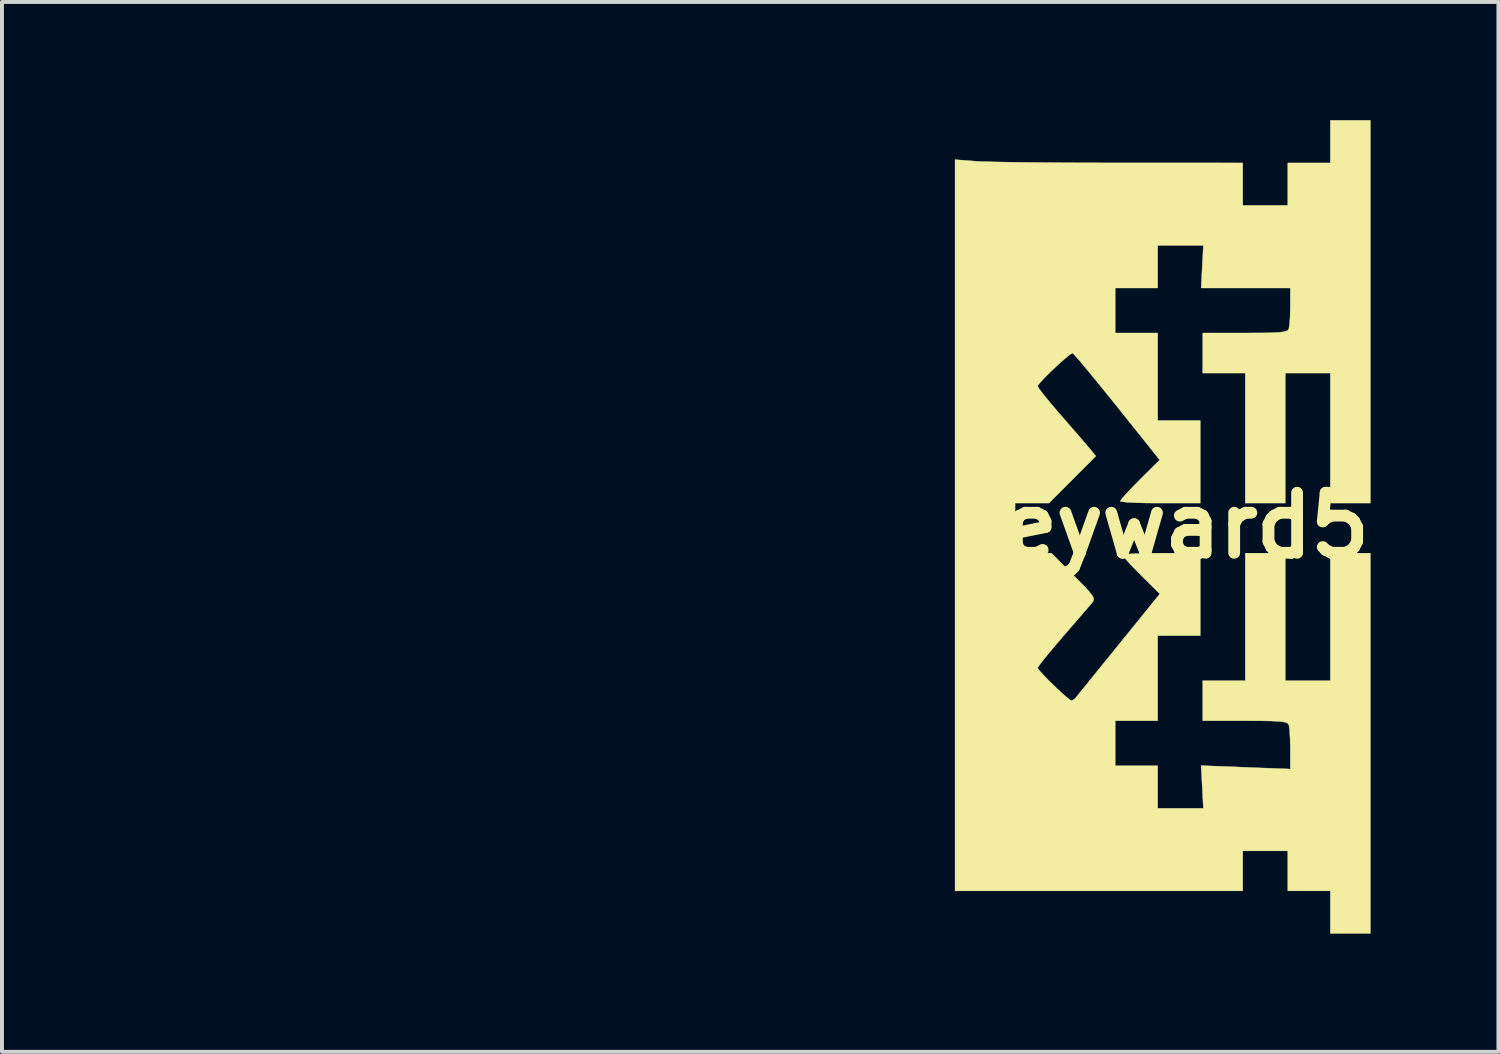
<source format=kicad_pcb>
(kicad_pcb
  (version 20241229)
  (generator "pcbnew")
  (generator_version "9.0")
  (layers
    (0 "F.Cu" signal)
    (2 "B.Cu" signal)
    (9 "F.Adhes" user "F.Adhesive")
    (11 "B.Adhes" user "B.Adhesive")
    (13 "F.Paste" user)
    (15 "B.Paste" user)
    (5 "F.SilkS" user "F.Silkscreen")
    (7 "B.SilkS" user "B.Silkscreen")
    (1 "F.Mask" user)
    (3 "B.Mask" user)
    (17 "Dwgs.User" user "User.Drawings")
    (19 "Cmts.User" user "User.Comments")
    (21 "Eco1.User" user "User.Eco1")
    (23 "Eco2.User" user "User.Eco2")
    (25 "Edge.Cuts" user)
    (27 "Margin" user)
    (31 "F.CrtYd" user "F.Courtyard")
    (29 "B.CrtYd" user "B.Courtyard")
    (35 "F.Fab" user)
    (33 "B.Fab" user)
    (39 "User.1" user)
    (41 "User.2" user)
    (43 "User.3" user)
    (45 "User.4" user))
  (footprint "keyward5"
    (layer "F.Cu")
    (at 26.463 10.292)
    (property "Reference" "keyward5" (at 0 0 0) (layer "F.SilkS") (effects (font (size 1.524 1.524) (thickness 0.3))))
    (attr through_hole)
    (fp_poly (pts (xy 5.271 -0.572) (xy 4.255 -0.572) (xy 4.255 -3.873) (xy 3.111 -3.873) (xy 3.111 -0.572) (xy 2.095 -0.572) (xy 2.095 -3.873) (xy 1.016 -3.873) (xy 1.016 -4.889) (xy 2.089 -4.89) (xy 2.488 -4.891) (xy 2.778 -4.896) (xy 2.977 -4.907) (xy 3.102 -4.926) (xy 3.17 -4.953) (xy 3.2 -4.99) (xy 3.219 -5.1) (xy 3.233 -5.297) (xy 3.238 -5.539) (xy 3.239 -5.561) (xy 3.239 -6.032) (xy 0.975 -6.032) (xy 1.032 -7.112) (xy -0.127 -7.112) (xy -0.127 -6.032) (xy -1.206 -6.032) (xy -1.206 -4.889) (xy -0.127 -4.889) (xy -0.127 -2.667) (xy 0.953 -2.667) (xy 0.953 -0.572) (xy -0.064 -0.572) (xy -0.407 -0.574) (xy -0.7 -0.582) (xy -0.923 -0.595) (xy -1.054 -0.61) (xy -1.079 -0.621) (xy -1.037 -0.683) (xy -0.922 -0.813) (xy -0.752 -0.992) (xy -0.578 -1.169) (xy -0.076 -1.668) (xy -1.161 -3.025) (xy -1.448 -3.38) (xy -1.708 -3.701) (xy -1.934 -3.975) (xy -2.112 -4.188) (xy -2.234 -4.327) (xy -2.288 -4.381) (xy -2.289 -4.382) (xy -2.359 -4.34) (xy -2.491 -4.232) (xy -2.659 -4.082) (xy -2.837 -3.914) (xy -2.999 -3.752) (xy -3.12 -3.622) (xy -3.174 -3.547) (xy -3.175 -3.543) (xy -3.135 -3.473) (xy -3.026 -3.328) (xy -2.864 -3.129) (xy -2.664 -2.894) (xy -2.619 -2.842) (xy -2.393 -2.583) (xy -2.18 -2.337) (xy -2.003 -2.132) (xy -1.886 -1.994) (xy -1.88 -1.987) (xy -1.696 -1.767) (xy -2.291 -1.169) (xy -2.887 -0.572) (xy -3.747 -0.572) (xy -3.747 0.699) (xy -2.823 0.699) (xy -2.257 1.268) (xy -2.023 1.504) (xy -1.869 1.67) (xy -1.782 1.782) (xy -1.75 1.858) (xy -1.761 1.915) (xy -1.786 1.95) (xy -1.86 2.036) (xy -2 2.199) (xy -2.189 2.418) (xy -2.41 2.674) (xy -2.529 2.811) (xy -2.751 3.071) (xy -2.94 3.299) (xy -3.082 3.476) (xy -3.162 3.586) (xy -3.175 3.611) (xy -3.132 3.676) (xy -3.019 3.8) (xy -2.864 3.959) (xy -2.69 4.128) (xy -2.524 4.282) (xy -2.391 4.395) (xy -2.317 4.445) (xy -2.314 4.445) (xy -2.24 4.402) (xy -2.198 4.357) (xy -2.14 4.285) (xy -2.013 4.129) (xy -1.83 3.902) (xy -1.602 3.62) (xy -1.339 3.296) (xy -1.1 3.001) (xy -0.073 1.733) (xy -0.545 1.265) (xy -0.74 1.067) (xy -0.895 0.901) (xy -0.993 0.786) (xy -1.016 0.748) (xy -0.956 0.731) (xy -0.791 0.716) (xy -0.542 0.706) (xy -0.23 0.7) (xy -0.032 0.699) (xy 0.953 0.699) (xy 0.953 2.794) (xy -0.127 2.794) (xy -0.127 4.953) (xy -1.206 4.953) (xy -1.206 6.096) (xy -0.127 6.096) (xy -0.127 7.176) (xy 1.032 7.176) (xy 1.003 6.633) (xy 0.975 6.091) (xy 2.107 6.135) (xy 3.239 6.179) (xy 3.239 5.666) (xy 3.234 5.413) (xy 3.222 5.2) (xy 3.204 5.068) (xy 3.2 5.053) (xy 3.17 5.016) (xy 3.101 4.989) (xy 2.977 4.971) (xy 2.778 4.96) (xy 2.487 4.954) (xy 2.089 4.953) (xy 1.016 4.953) (xy 1.016 3.937) (xy 2.095 3.937) (xy 2.095 0.699) (xy 3.111 0.699) (xy 3.111 3.937) (xy 4.255 3.937) (xy 4.255 0.699) (xy 5.271 0.699) (xy 5.271 10.351) (xy 4.255 10.351) (xy 4.255 9.271) (xy 3.175 9.271) (xy 3.175 8.255) (xy 2.032 8.255) (xy 2.032 9.271) (xy -5.271 9.271) (xy -5.271 -9.29) (xy -4.747 -9.249) (xy -4.578 -9.241) (xy -4.297 -9.233) (xy -3.918 -9.226) (xy -3.458 -9.22) (xy -2.931 -9.215) (xy -2.351 -9.211) (xy -1.735 -9.209) (xy -1.096 -9.208) (xy -1.095 -9.208) (xy 2.032 -9.207) (xy 2.032 -8.128) (xy 3.175 -8.128) (xy 3.175 -9.207) (xy 4.255 -9.207) (xy 4.255 -10.287) (xy 5.271 -10.287) (xy 5.271 -0.572)) (stroke (width 0.01) (type solid)) (fill yes) (layer "F.SilkS")))
  (footprint "keyward5FMask"
    (layer "F.Cu")
    (at 8.97 10.292)
    (property "Reference" "keyward5FMask" (at 0 0 0) (layer "F.Mask") (effects (font (size 1.524 1.524) (thickness 0.3))))
    (attr through_hole)
    (fp_poly (pts (xy 5.271 -0.572) (xy 4.255 -0.572) (xy 4.255 -3.873) (xy 3.111 -3.873) (xy 3.111 -0.572) (xy 2.095 -0.572) (xy 2.095 -3.873) (xy 1.016 -3.873) (xy 1.016 -4.889) (xy 2.089 -4.89) (xy 2.488 -4.891) (xy 2.778 -4.896) (xy 2.977 -4.907) (xy 3.102 -4.926) (xy 3.17 -4.953) (xy 3.2 -4.99) (xy 3.219 -5.1) (xy 3.233 -5.297) (xy 3.238 -5.539) (xy 3.239 -5.561) (xy 3.239 -6.032) (xy 0.975 -6.032) (xy 1.032 -7.112) (xy -0.127 -7.112) (xy -0.127 -6.032) (xy -1.206 -6.032) (xy -1.206 -4.889) (xy -0.127 -4.889) (xy -0.127 -2.667) (xy 0.953 -2.667) (xy 0.953 -0.572) (xy -0.064 -0.572) (xy -0.407 -0.574) (xy -0.7 -0.582) (xy -0.923 -0.595) (xy -1.054 -0.61) (xy -1.079 -0.621) (xy -1.037 -0.683) (xy -0.922 -0.813) (xy -0.752 -0.992) (xy -0.578 -1.169) (xy -0.076 -1.668) (xy -1.161 -3.025) (xy -1.448 -3.38) (xy -1.708 -3.701) (xy -1.934 -3.975) (xy -2.112 -4.188) (xy -2.234 -4.327) (xy -2.288 -4.381) (xy -2.289 -4.382) (xy -2.359 -4.34) (xy -2.491 -4.232) (xy -2.659 -4.082) (xy -2.837 -3.914) (xy -2.999 -3.752) (xy -3.12 -3.622) (xy -3.174 -3.547) (xy -3.175 -3.543) (xy -3.135 -3.473) (xy -3.026 -3.328) (xy -2.864 -3.129) (xy -2.664 -2.894) (xy -2.619 -2.842) (xy -2.393 -2.583) (xy -2.18 -2.337) (xy -2.003 -2.132) (xy -1.886 -1.994) (xy -1.88 -1.987) (xy -1.696 -1.767) (xy -2.291 -1.169) (xy -2.887 -0.572) (xy -3.747 -0.572) (xy -3.747 0.699) (xy -2.823 0.699) (xy -2.257 1.268) (xy -2.023 1.504) (xy -1.869 1.67) (xy -1.782 1.782) (xy -1.75 1.858) (xy -1.761 1.915) (xy -1.786 1.95) (xy -1.86 2.036) (xy -2 2.199) (xy -2.189 2.418) (xy -2.41 2.674) (xy -2.529 2.811) (xy -2.751 3.071) (xy -2.94 3.299) (xy -3.082 3.476) (xy -3.162 3.586) (xy -3.175 3.611) (xy -3.132 3.676) (xy -3.019 3.8) (xy -2.864 3.959) (xy -2.69 4.128) (xy -2.524 4.282) (xy -2.391 4.395) (xy -2.317 4.445) (xy -2.314 4.445) (xy -2.24 4.402) (xy -2.198 4.357) (xy -2.14 4.285) (xy -2.013 4.129) (xy -1.83 3.902) (xy -1.602 3.62) (xy -1.339 3.296) (xy -1.1 3.001) (xy -0.073 1.733) (xy -0.545 1.265) (xy -0.74 1.067) (xy -0.895 0.901) (xy -0.993 0.786) (xy -1.016 0.748) (xy -0.956 0.731) (xy -0.791 0.716) (xy -0.542 0.706) (xy -0.23 0.7) (xy -0.032 0.699) (xy 0.953 0.699) (xy 0.953 2.794) (xy -0.127 2.794) (xy -0.127 4.953) (xy -1.206 4.953) (xy -1.206 6.096) (xy -0.127 6.096) (xy -0.127 7.176) (xy 1.032 7.176) (xy 1.003 6.633) (xy 0.975 6.091) (xy 2.107 6.135) (xy 3.239 6.179) (xy 3.239 5.666) (xy 3.234 5.413) (xy 3.222 5.2) (xy 3.204 5.068) (xy 3.2 5.053) (xy 3.17 5.016) (xy 3.101 4.989) (xy 2.977 4.971) (xy 2.778 4.96) (xy 2.487 4.954) (xy 2.089 4.953) (xy 1.016 4.953) (xy 1.016 3.937) (xy 2.095 3.937) (xy 2.095 0.699) (xy 3.111 0.699) (xy 3.111 3.937) (xy 4.255 3.937) (xy 4.255 0.699) (xy 5.271 0.699) (xy 5.271 10.351) (xy 4.255 10.351) (xy 4.255 9.271) (xy 3.175 9.271) (xy 3.175 8.255) (xy 2.032 8.255) (xy 2.032 9.271) (xy -5.271 9.271) (xy -5.271 -9.29) (xy -4.747 -9.249) (xy -4.578 -9.241) (xy -4.297 -9.233) (xy -3.918 -9.226) (xy -3.458 -9.22) (xy -2.931 -9.215) (xy -2.351 -9.211) (xy -1.735 -9.209) (xy -1.096 -9.208) (xy -1.095 -9.208) (xy 2.032 -9.207) (xy 2.032 -8.128) (xy 3.175 -8.128) (xy 3.175 -9.207) (xy 4.255 -9.207) (xy 4.255 -10.287) (xy 5.271 -10.287) (xy 5.271 -0.572)) (stroke (width 0.01) (type solid)) (fill yes) (layer "F.Mask")))
  (gr_rect
    (start -3 -3)
    (end 34.985 23.648)
    (stroke (width 0.1) (type default))
    (fill no)
    (layer "Edge.Cuts")))
</source>
